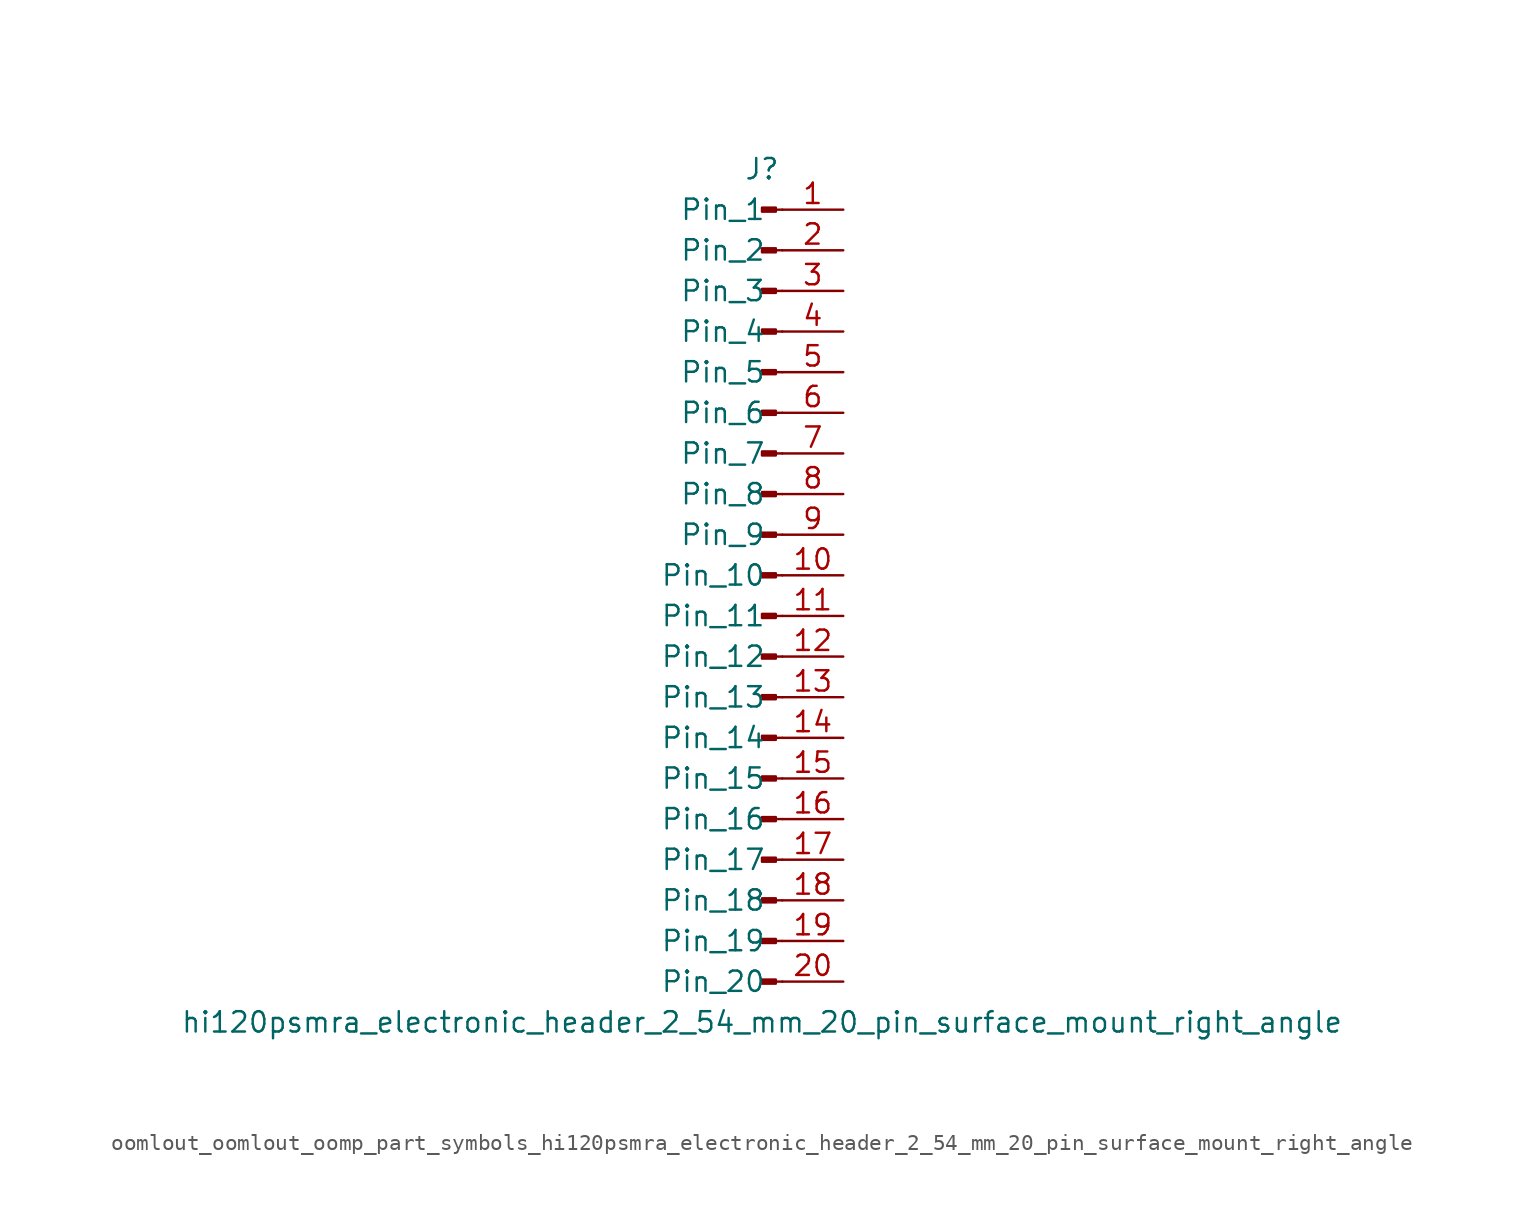
<source format=kicad_sym>
(kicad_symbol_lib
  (version 20220914)
  (generator kicad_symbol_editor)
  (symbol "oomlout_oomlout_oomp_part_symbols_hi120psmra_electronic_header_2_54_mm_20_pin_surface_mount_right_angle"
    (pin_names
      (offset 1.016))
    (property "Reference" "J"
      (at 0 25.4 0)
      (effects (font (size 1.27 1.27))))
    (property "Value" "hi120psmra_electronic_header_2_54_mm_20_pin_surface_mount_right_angle"
      (at 0 -27.94 0)
      (effects (font (size 1.27 1.27))))
    (property "ki_locked" ""
      (at 0 0 0)
      (effects (font (size 1.27 1.27))))
    (symbol "oomlout_oomlout_oomp_part_symbols_hi120psmra_electronic_header_2_54_mm_20_pin_surface_mount_right_angle_1_1"
      (polyline (pts (xy 1.27 -25.4) (xy 0.864 -25.4)) (stroke (width 0.152) (type default)) (fill (type none)))
      (polyline (pts (xy 1.27 -22.86) (xy 0.864 -22.86)) (stroke (width 0.152) (type default)) (fill (type none)))
      (polyline (pts (xy 1.27 -20.32) (xy 0.864 -20.32)) (stroke (width 0.152) (type default)) (fill (type none)))
      (polyline (pts (xy 1.27 -17.78) (xy 0.864 -17.78)) (stroke (width 0.152) (type default)) (fill (type none)))
      (polyline (pts (xy 1.27 -15.24) (xy 0.864 -15.24)) (stroke (width 0.152) (type default)) (fill (type none)))
      (polyline (pts (xy 1.27 -12.7) (xy 0.864 -12.7)) (stroke (width 0.152) (type default)) (fill (type none)))
      (polyline (pts (xy 1.27 -10.16) (xy 0.864 -10.16)) (stroke (width 0.152) (type default)) (fill (type none)))
      (polyline (pts (xy 1.27 -7.62) (xy 0.864 -7.62)) (stroke (width 0.152) (type default)) (fill (type none)))
      (polyline (pts (xy 1.27 -5.08) (xy 0.864 -5.08)) (stroke (width 0.152) (type default)) (fill (type none)))
      (polyline (pts (xy 1.27 -2.54) (xy 0.864 -2.54)) (stroke (width 0.152) (type default)) (fill (type none)))
      (polyline (pts (xy 1.27 0) (xy 0.864 0)) (stroke (width 0.152) (type default)) (fill (type none)))
      (polyline (pts (xy 1.27 2.54) (xy 0.864 2.54)) (stroke (width 0.152) (type default)) (fill (type none)))
      (polyline (pts (xy 1.27 5.08) (xy 0.864 5.08)) (stroke (width 0.152) (type default)) (fill (type none)))
      (polyline (pts (xy 1.27 7.62) (xy 0.864 7.62)) (stroke (width 0.152) (type default)) (fill (type none)))
      (polyline (pts (xy 1.27 10.16) (xy 0.864 10.16)) (stroke (width 0.152) (type default)) (fill (type none)))
      (polyline (pts (xy 1.27 12.7) (xy 0.864 12.7)) (stroke (width 0.152) (type default)) (fill (type none)))
      (polyline (pts (xy 1.27 15.24) (xy 0.864 15.24)) (stroke (width 0.152) (type default)) (fill (type none)))
      (polyline (pts (xy 1.27 17.78) (xy 0.864 17.78)) (stroke (width 0.152) (type default)) (fill (type none)))
      (polyline (pts (xy 1.27 20.32) (xy 0.864 20.32)) (stroke (width 0.152) (type default)) (fill (type none)))
      (polyline (pts (xy 1.27 22.86) (xy 0.864 22.86)) (stroke (width 0.152) (type default)) (fill (type none)))
      (rectangle (start 0.864 -25.273) (end 0 -25.527) (stroke (width 0.152) (type default)) (fill (type outline)))
      (rectangle (start 0.864 -22.733) (end 0 -22.987) (stroke (width 0.152) (type default)) (fill (type outline)))
      (rectangle (start 0.864 -20.193) (end 0 -20.447) (stroke (width 0.152) (type default)) (fill (type outline)))
      (rectangle (start 0.864 -17.653) (end 0 -17.907) (stroke (width 0.152) (type default)) (fill (type outline)))
      (rectangle (start 0.864 -15.113) (end 0 -15.367) (stroke (width 0.152) (type default)) (fill (type outline)))
      (rectangle (start 0.864 -12.573) (end 0 -12.827) (stroke (width 0.152) (type default)) (fill (type outline)))
      (rectangle (start 0.864 -10.033) (end 0 -10.287) (stroke (width 0.152) (type default)) (fill (type outline)))
      (rectangle (start 0.864 -7.493) (end 0 -7.747) (stroke (width 0.152) (type default)) (fill (type outline)))
      (rectangle (start 0.864 -4.953) (end 0 -5.207) (stroke (width 0.152) (type default)) (fill (type outline)))
      (rectangle (start 0.864 -2.413) (end 0 -2.667) (stroke (width 0.152) (type default)) (fill (type outline)))
      (rectangle (start 0.864 0.127) (end 0 -0.127) (stroke (width 0.152) (type default)) (fill (type outline)))
      (rectangle (start 0.864 2.667) (end 0 2.413) (stroke (width 0.152) (type default)) (fill (type outline)))
      (rectangle (start 0.864 5.207) (end 0 4.953) (stroke (width 0.152) (type default)) (fill (type outline)))
      (rectangle (start 0.864 7.747) (end 0 7.493) (stroke (width 0.152) (type default)) (fill (type outline)))
      (rectangle (start 0.864 10.287) (end 0 10.033) (stroke (width 0.152) (type default)) (fill (type outline)))
      (rectangle (start 0.864 12.827) (end 0 12.573) (stroke (width 0.152) (type default)) (fill (type outline)))
      (rectangle (start 0.864 15.367) (end 0 15.113) (stroke (width 0.152) (type default)) (fill (type outline)))
      (rectangle (start 0.864 17.907) (end 0 17.653) (stroke (width 0.152) (type default)) (fill (type outline)))
      (rectangle (start 0.864 20.447) (end 0 20.193) (stroke (width 0.152) (type default)) (fill (type outline)))
      (rectangle (start 0.864 22.987) (end 0 22.733) (stroke (width 0.152) (type default)) (fill (type outline)))
      (pin passive line (at 5.08 22.86 180) (length 3.81) (name "Pin_1" (effects (font (size 1.27 1.27)))) (number "1" (effects (font (size 1.27 1.27)))))
      (pin passive line (at 5.08 0 180) (length 3.81) (name "Pin_10" (effects (font (size 1.27 1.27)))) (number "10" (effects (font (size 1.27 1.27)))))
      (pin passive line (at 5.08 -2.54 180) (length 3.81) (name "Pin_11" (effects (font (size 1.27 1.27)))) (number "11" (effects (font (size 1.27 1.27)))))
      (pin passive line (at 5.08 -5.08 180) (length 3.81) (name "Pin_12" (effects (font (size 1.27 1.27)))) (number "12" (effects (font (size 1.27 1.27)))))
      (pin passive line (at 5.08 -7.62 180) (length 3.81) (name "Pin_13" (effects (font (size 1.27 1.27)))) (number "13" (effects (font (size 1.27 1.27)))))
      (pin passive line (at 5.08 -10.16 180) (length 3.81) (name "Pin_14" (effects (font (size 1.27 1.27)))) (number "14" (effects (font (size 1.27 1.27)))))
      (pin passive line (at 5.08 -12.7 180) (length 3.81) (name "Pin_15" (effects (font (size 1.27 1.27)))) (number "15" (effects (font (size 1.27 1.27)))))
      (pin passive line (at 5.08 -15.24 180) (length 3.81) (name "Pin_16" (effects (font (size 1.27 1.27)))) (number "16" (effects (font (size 1.27 1.27)))))
      (pin passive line (at 5.08 -17.78 180) (length 3.81) (name "Pin_17" (effects (font (size 1.27 1.27)))) (number "17" (effects (font (size 1.27 1.27)))))
      (pin passive line (at 5.08 -20.32 180) (length 3.81) (name "Pin_18" (effects (font (size 1.27 1.27)))) (number "18" (effects (font (size 1.27 1.27)))))
      (pin passive line (at 5.08 -22.86 180) (length 3.81) (name "Pin_19" (effects (font (size 1.27 1.27)))) (number "19" (effects (font (size 1.27 1.27)))))
      (pin passive line (at 5.08 20.32 180) (length 3.81) (name "Pin_2" (effects (font (size 1.27 1.27)))) (number "2" (effects (font (size 1.27 1.27)))))
      (pin passive line (at 5.08 -25.4 180) (length 3.81) (name "Pin_20" (effects (font (size 1.27 1.27)))) (number "20" (effects (font (size 1.27 1.27)))))
      (pin passive line (at 5.08 17.78 180) (length 3.81) (name "Pin_3" (effects (font (size 1.27 1.27)))) (number "3" (effects (font (size 1.27 1.27)))))
      (pin passive line (at 5.08 15.24 180) (length 3.81) (name "Pin_4" (effects (font (size 1.27 1.27)))) (number "4" (effects (font (size 1.27 1.27)))))
      (pin passive line (at 5.08 12.7 180) (length 3.81) (name "Pin_5" (effects (font (size 1.27 1.27)))) (number "5" (effects (font (size 1.27 1.27)))))
      (pin passive line (at 5.08 10.16 180) (length 3.81) (name "Pin_6" (effects (font (size 1.27 1.27)))) (number "6" (effects (font (size 1.27 1.27)))))
      (pin passive line (at 5.08 7.62 180) (length 3.81) (name "Pin_7" (effects (font (size 1.27 1.27)))) (number "7" (effects (font (size 1.27 1.27)))))
      (pin passive line (at 5.08 5.08 180) (length 3.81) (name "Pin_8" (effects (font (size 1.27 1.27)))) (number "8" (effects (font (size 1.27 1.27)))))
      (pin passive line (at 5.08 2.54 180) (length 3.81) (name "Pin_9" (effects (font (size 1.27 1.27)))) (number "9" (effects (font (size 1.27 1.27))))))))
</source>
